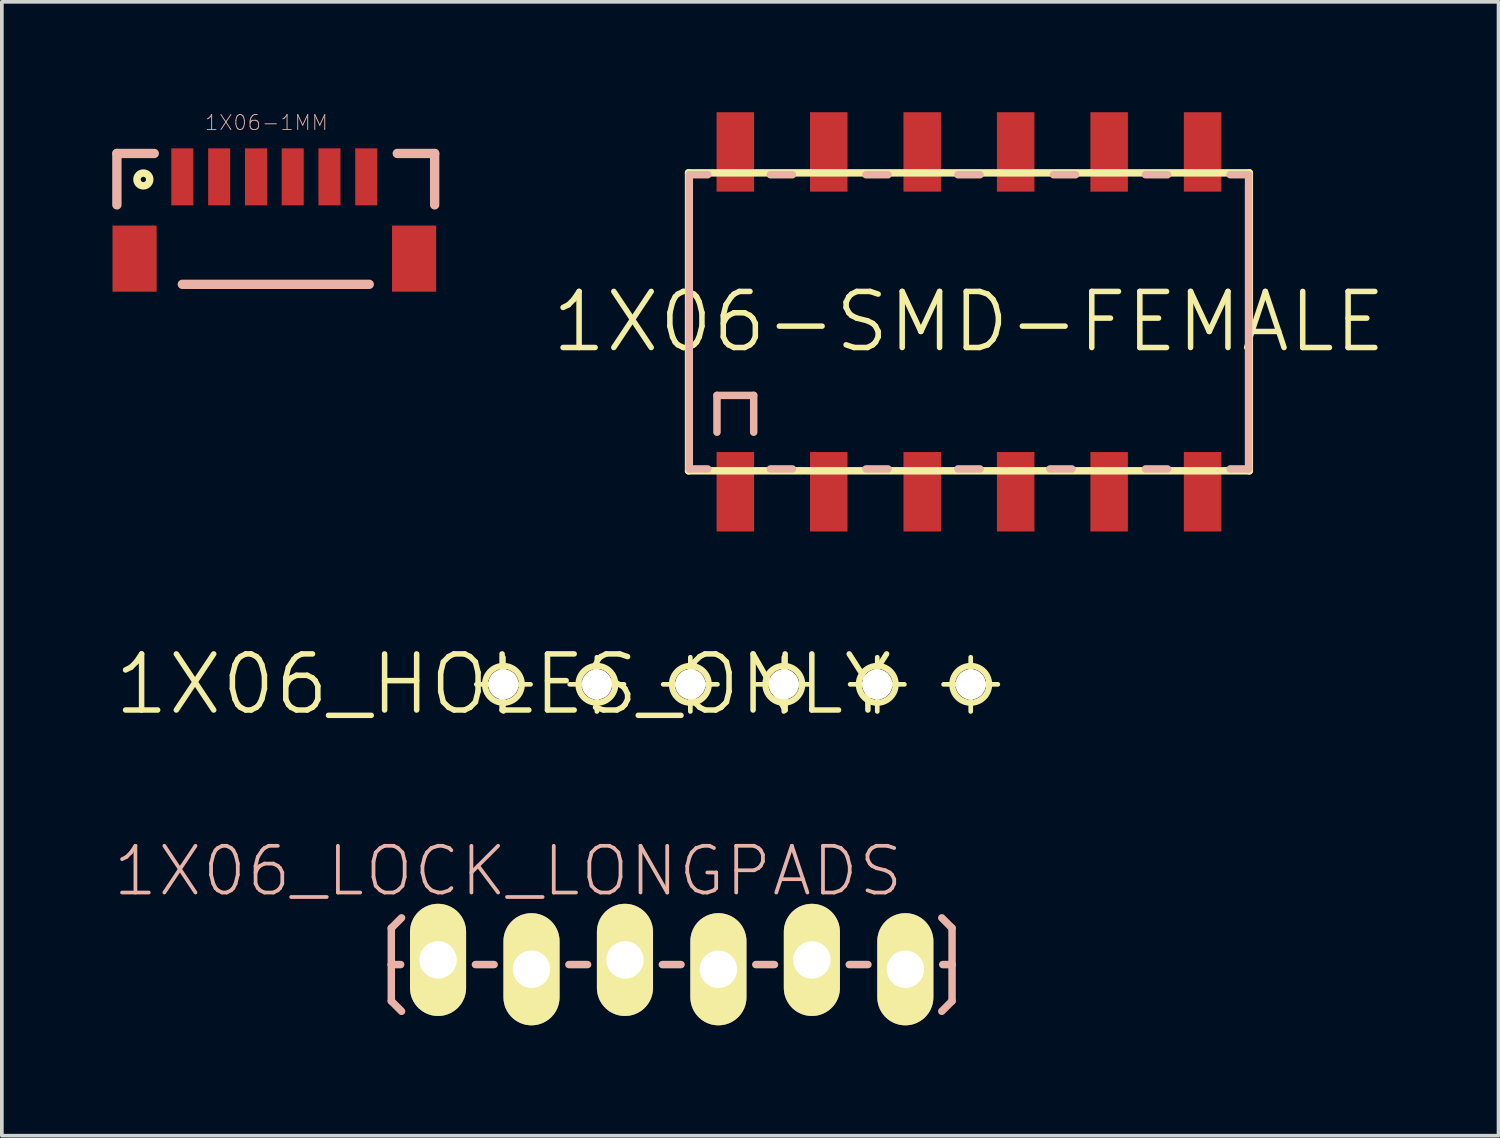
<source format=kicad_pcb>
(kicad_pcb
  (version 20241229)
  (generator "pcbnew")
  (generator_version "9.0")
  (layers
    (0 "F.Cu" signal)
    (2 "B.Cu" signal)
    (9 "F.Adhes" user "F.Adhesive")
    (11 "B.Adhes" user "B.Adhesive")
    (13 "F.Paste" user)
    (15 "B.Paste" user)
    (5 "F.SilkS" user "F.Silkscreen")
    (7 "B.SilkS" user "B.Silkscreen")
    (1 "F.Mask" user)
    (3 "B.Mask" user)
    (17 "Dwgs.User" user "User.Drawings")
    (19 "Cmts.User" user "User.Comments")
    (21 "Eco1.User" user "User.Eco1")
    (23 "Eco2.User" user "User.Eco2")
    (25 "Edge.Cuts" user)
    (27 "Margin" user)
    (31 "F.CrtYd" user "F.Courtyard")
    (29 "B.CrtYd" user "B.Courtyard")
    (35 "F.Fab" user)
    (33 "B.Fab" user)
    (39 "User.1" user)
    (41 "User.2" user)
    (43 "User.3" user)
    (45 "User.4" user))
  (footprint "1X06_HOLES_ONLY"
    (layer "F.Cu")
    (at 10.632 15.549)
    (property "Reference" "1X06_HOLES_ONLY" (at 0 0 0) (layer "F.SilkS") (effects (font (size 1.524 1.524) (thickness 0.15))))
    (attr exclude_from_pos_files exclude_from_bom)
    (fp_line (start -0.737 0) (end 0.737 0) (stroke (width 0.127) (type solid)) (layer "F.SilkS"))
    (fp_line (start 0 0.737) (end 0 -0.737) (stroke (width 0.127) (type solid)) (layer "F.SilkS"))
    (fp_line (start 1.801 0) (end 3.277 0) (stroke (width 0.127) (type solid)) (layer "F.SilkS"))
    (fp_line (start 2.54 0.737) (end 2.54 -0.737) (stroke (width 0.127) (type solid)) (layer "F.SilkS"))
    (fp_line (start 4.343 0) (end 5.817 0) (stroke (width 0.127) (type solid)) (layer "F.SilkS"))
    (fp_line (start 5.08 0.737) (end 5.08 -0.737) (stroke (width 0.127) (type solid)) (layer "F.SilkS"))
    (fp_line (start 6.883 0) (end 8.357 0) (stroke (width 0.127) (type solid)) (layer "F.SilkS"))
    (fp_line (start 7.62 0.737) (end 7.62 -0.737) (stroke (width 0.127) (type solid)) (layer "F.SilkS"))
    (fp_line (start 9.423 0) (end 10.897 0) (stroke (width 0.127) (type solid)) (layer "F.SilkS"))
    (fp_line (start 10.16 0.737) (end 10.16 -0.737) (stroke (width 0.127) (type solid)) (layer "F.SilkS"))
    (fp_line (start 11.963 0) (end 13.437 0) (stroke (width 0.127) (type solid)) (layer "F.SilkS"))
    (fp_line (start 12.7 0.737) (end 12.7 -0.737) (stroke (width 0.127) (type solid)) (layer "F.SilkS"))
    (fp_circle (center 0 0) (end -0.368 0.368) (stroke (width 0.127) (type solid)) (fill no) (layer "F.SilkS"))
    (fp_circle (center 0 0) (end -0.318 0.318) (stroke (width 0.064) (type solid)) (fill no) (layer "F.SilkS"))
    (fp_circle (center 2.54 0) (end 2.857 0.318) (stroke (width 0.064) (type solid)) (fill no) (layer "F.SilkS"))
    (fp_circle (center 2.54 0) (end 2.908 0.368) (stroke (width 0.127) (type solid)) (fill no) (layer "F.SilkS"))
    (fp_circle (center 5.08 0) (end 5.397 0.318) (stroke (width 0.064) (type solid)) (fill no) (layer "F.SilkS"))
    (fp_circle (center 5.08 0) (end 5.448 0.368) (stroke (width 0.127) (type solid)) (fill no) (layer "F.SilkS"))
    (fp_circle (center 7.62 0) (end 7.938 0.318) (stroke (width 0.064) (type solid)) (fill no) (layer "F.SilkS"))
    (fp_circle (center 7.62 0) (end 7.988 0.368) (stroke (width 0.127) (type solid)) (fill no) (layer "F.SilkS"))
    (fp_circle (center 10.16 0) (end 10.477 0.318) (stroke (width 0.064) (type solid)) (fill no) (layer "F.SilkS"))
    (fp_circle (center 10.16 0) (end 10.528 0.368) (stroke (width 0.127) (type solid)) (fill no) (layer "F.SilkS"))
    (fp_circle (center 12.7 0) (end 13.018 0.318) (stroke (width 0.064) (type solid)) (fill no) (layer "F.SilkS"))
    (fp_circle (center 12.7 0) (end 13.068 0.368) (stroke (width 0.127) (type solid)) (fill no) (layer "F.SilkS"))
    (pad "1" thru_hole circle (at 0 0) (size 0.813 0.813) (drill 0.889) (layers "*.Cu" "F.Mask" "F.SilkS" "F.Paste"))
    (pad "2" thru_hole circle (at 2.54 0) (size 0.813 0.813) (drill 0.889) (layers "*.Cu" "F.Mask" "F.SilkS" "F.Paste"))
    (pad "3" thru_hole circle (at 5.08 0) (size 0.813 0.813) (drill 0.889) (layers "*.Cu" "F.Mask" "F.SilkS" "F.Paste"))
    (pad "4" thru_hole circle (at 7.62 0) (size 0.813 0.813) (drill 0.889) (layers "*.Cu" "F.Mask" "F.SilkS" "F.Paste"))
    (pad "5" thru_hole circle (at 10.16 0) (size 0.813 0.813) (drill 0.889) (layers "*.Cu" "F.Mask" "F.SilkS" "F.Paste"))
    (pad "6" thru_hole circle (at 12.7 0) (size 0.813 0.813) (drill 0.889) (layers "*.Cu" "F.Mask" "F.SilkS" "F.Paste")))
  (footprint "1X06_LOCK_LONGPADS"
    (layer "F.Cu")
    (at 8.855 23.038)
    (property "Reference" "1X06_LOCK_LONGPADS" (at 1.905 -2.413 0) (layer "B.SilkS") (effects (font (size 1.27 1.27) (thickness 0.102))))
    (attr exclude_from_pos_files exclude_from_bom)
    (fp_line (start -0.292 -0.165) (end 0.292 -0.165) (stroke (width 0.066) (type solid)) (layer "F.SilkS"))
    (fp_line (start -0.292 0.419) (end -0.292 -0.165) (stroke (width 0.066) (type solid)) (layer "F.SilkS"))
    (fp_line (start -0.292 0.419) (end 0.292 0.419) (stroke (width 0.066) (type solid)) (layer "F.SilkS"))
    (fp_line (start 0.292 0.419) (end 0.292 -0.165) (stroke (width 0.066) (type solid)) (layer "F.SilkS"))
    (fp_line (start 2.248 -0.165) (end 2.832 -0.165) (stroke (width 0.066) (type solid)) (layer "F.SilkS"))
    (fp_line (start 2.248 0.419) (end 2.248 -0.165) (stroke (width 0.066) (type solid)) (layer "F.SilkS"))
    (fp_line (start 2.248 0.419) (end 2.832 0.419) (stroke (width 0.066) (type solid)) (layer "F.SilkS"))
    (fp_line (start 2.832 0.419) (end 2.832 -0.165) (stroke (width 0.066) (type solid)) (layer "F.SilkS"))
    (fp_line (start 4.788 -0.165) (end 5.372 -0.165) (stroke (width 0.066) (type solid)) (layer "F.SilkS"))
    (fp_line (start 4.788 0.419) (end 4.788 -0.165) (stroke (width 0.066) (type solid)) (layer "F.SilkS"))
    (fp_line (start 4.788 0.419) (end 5.372 0.419) (stroke (width 0.066) (type solid)) (layer "F.SilkS"))
    (fp_line (start 5.372 0.419) (end 5.372 -0.165) (stroke (width 0.066) (type solid)) (layer "F.SilkS"))
    (fp_line (start 7.328 -0.165) (end 7.912 -0.165) (stroke (width 0.066) (type solid)) (layer "F.SilkS"))
    (fp_line (start 7.328 0.419) (end 7.328 -0.165) (stroke (width 0.066) (type solid)) (layer "F.SilkS"))
    (fp_line (start 7.328 0.419) (end 7.912 0.419) (stroke (width 0.066) (type solid)) (layer "F.SilkS"))
    (fp_line (start 7.912 0.419) (end 7.912 -0.165) (stroke (width 0.066) (type solid)) (layer "F.SilkS"))
    (fp_line (start 9.868 -0.165) (end 10.452 -0.165) (stroke (width 0.066) (type solid)) (layer "F.SilkS"))
    (fp_line (start 9.868 0.419) (end 9.868 -0.165) (stroke (width 0.066) (type solid)) (layer "F.SilkS"))
    (fp_line (start 9.868 0.419) (end 10.452 0.419) (stroke (width 0.066) (type solid)) (layer "F.SilkS"))
    (fp_line (start 10.452 0.419) (end 10.452 -0.165) (stroke (width 0.066) (type solid)) (layer "F.SilkS"))
    (fp_line (start 12.408 -0.165) (end 12.992 -0.165) (stroke (width 0.066) (type solid)) (layer "F.SilkS"))
    (fp_line (start 12.408 0.419) (end 12.408 -0.165) (stroke (width 0.066) (type solid)) (layer "F.SilkS"))
    (fp_line (start 12.408 0.419) (end 12.992 0.419) (stroke (width 0.066) (type solid)) (layer "F.SilkS"))
    (fp_line (start 12.992 0.419) (end 12.992 -0.165) (stroke (width 0.066) (type solid)) (layer "F.SilkS"))
    (fp_line (start -1.27 -0.864) (end -0.991 -1.143) (stroke (width 0.203) (type solid)) (layer "B.SilkS"))
    (fp_line (start -1.27 0.127) (end -1.27 -0.864) (stroke (width 0.203) (type solid)) (layer "B.SilkS"))
    (fp_line (start -1.27 0.127) (end -1.27 1.118) (stroke (width 0.203) (type solid)) (layer "B.SilkS"))
    (fp_line (start -1.27 0.127) (end -1.016 0.127) (stroke (width 0.203) (type solid)) (layer "B.SilkS"))
    (fp_line (start -1.27 1.118) (end -0.991 1.397) (stroke (width 0.203) (type solid)) (layer "B.SilkS"))
    (fp_line (start 1.524 0.127) (end 1.016 0.127) (stroke (width 0.203) (type solid)) (layer "B.SilkS"))
    (fp_line (start 4.064 0.127) (end 3.556 0.127) (stroke (width 0.203) (type solid)) (layer "B.SilkS"))
    (fp_line (start 6.604 0.127) (end 6.096 0.127) (stroke (width 0.203) (type solid)) (layer "B.SilkS"))
    (fp_line (start 9.144 0.127) (end 8.636 0.127) (stroke (width 0.203) (type solid)) (layer "B.SilkS"))
    (fp_line (start 11.684 0.127) (end 11.176 0.127) (stroke (width 0.203) (type solid)) (layer "B.SilkS"))
    (fp_line (start 13.97 -0.864) (end 13.691 -1.143) (stroke (width 0.203) (type solid)) (layer "B.SilkS"))
    (fp_line (start 13.97 0.127) (end 13.716 0.127) (stroke (width 0.203) (type solid)) (layer "B.SilkS"))
    (fp_line (start 13.97 0.127) (end 13.97 -0.864) (stroke (width 0.203) (type solid)) (layer "B.SilkS"))
    (fp_line (start 13.97 0.127) (end 13.97 1.118) (stroke (width 0.203) (type solid)) (layer "B.SilkS"))
    (fp_line (start 13.97 1.118) (end 13.691 1.397) (stroke (width 0.203) (type solid)) (layer "B.SilkS"))
    (pad "1" thru_hole oval (at 0 0 180) (size 1.524 3.048) (drill 1.016) (layers "*.Cu" "F.Mask" "F.SilkS" "F.Paste"))
    (pad "2" thru_hole oval (at 2.54 0.254 180) (size 1.524 3.048) (drill 1.016) (layers "*.Cu" "F.Mask" "F.SilkS" "F.Paste"))
    (pad "3" thru_hole oval (at 5.08 0 180) (size 1.524 3.048) (drill 1.016) (layers "*.Cu" "F.Mask" "F.SilkS" "F.Paste"))
    (pad "4" thru_hole oval (at 7.62 0.254 180) (size 1.524 3.048) (drill 1.016) (layers "*.Cu" "F.Mask" "F.SilkS" "F.Paste"))
    (pad "5" thru_hole oval (at 10.16 0 180) (size 1.524 3.048) (drill 1.016) (layers "*.Cu" "F.Mask" "F.SilkS" "F.Paste"))
    (pad "6" thru_hole oval (at 12.7 0.254 180) (size 1.524 3.048) (drill 1.016) (layers "*.Cu" "F.Mask" "F.SilkS" "F.Paste")))
  (footprint "1X06-SMD-FEMALE"
    (layer "F.Cu")
    (at 23.284 5.697)
    (property "Reference" "1X06-SMD-FEMALE" (at 0 0 0) (layer "F.SilkS") (effects (font (size 1.524 1.524) (thickness 0.15))))
    (attr smd)
    (fp_line (start -7.62 -4.049) (end 7.62 -4.049) (stroke (width 0.203) (type solid)) (layer "F.SilkS"))
    (fp_line (start -7.62 4.049) (end -7.62 -4.049) (stroke (width 0.203) (type solid)) (layer "F.SilkS"))
    (fp_line (start 7.62 -4.049) (end 7.62 4.049) (stroke (width 0.203) (type solid)) (layer "F.SilkS"))
    (fp_line (start 7.62 4.049) (end -7.62 4.049) (stroke (width 0.203) (type solid)) (layer "F.SilkS"))
    (fp_line (start -7.6 -3.998) (end -7.6 3.998) (stroke (width 0.203) (type solid)) (layer "B.SilkS"))
    (fp_line (start -7.6 3.998) (end -7.099 3.998) (stroke (width 0.203) (type solid)) (layer "B.SilkS"))
    (fp_line (start -7.099 -3.998) (end -7.6 -3.998) (stroke (width 0.203) (type solid)) (layer "B.SilkS"))
    (fp_line (start -6.848 1.999) (end -5.85 1.999) (stroke (width 0.203) (type solid)) (layer "B.SilkS"))
    (fp_line (start -6.848 3) (end -6.848 1.999) (stroke (width 0.203) (type solid)) (layer "B.SilkS"))
    (fp_line (start -5.85 1.999) (end -5.85 3) (stroke (width 0.203) (type solid)) (layer "B.SilkS"))
    (fp_line (start -5.397 -3.998) (end -4.798 -3.998) (stroke (width 0.203) (type solid)) (layer "B.SilkS"))
    (fp_line (start -5.397 3.998) (end -4.798 3.998) (stroke (width 0.203) (type solid)) (layer "B.SilkS"))
    (fp_line (start -2.799 -3.998) (end -2.2 -3.998) (stroke (width 0.203) (type solid)) (layer "B.SilkS"))
    (fp_line (start -2.799 3.998) (end -2.2 3.998) (stroke (width 0.203) (type solid)) (layer "B.SilkS"))
    (fp_line (start -0.3 -3.998) (end 0.3 -3.998) (stroke (width 0.203) (type solid)) (layer "B.SilkS"))
    (fp_line (start -0.3 3.998) (end 0.3 3.998) (stroke (width 0.203) (type solid)) (layer "B.SilkS"))
    (fp_line (start 2.2 3.998) (end 2.799 3.998) (stroke (width 0.203) (type solid)) (layer "B.SilkS"))
    (fp_line (start 2.299 -3.998) (end 2.898 -3.998) (stroke (width 0.203) (type solid)) (layer "B.SilkS"))
    (fp_line (start 4.798 -3.998) (end 5.397 -3.998) (stroke (width 0.203) (type solid)) (layer "B.SilkS"))
    (fp_line (start 4.798 3.998) (end 5.397 3.998) (stroke (width 0.203) (type solid)) (layer "B.SilkS"))
    (fp_line (start 7.099 -3.998) (end 7.6 -3.998) (stroke (width 0.203) (type solid)) (layer "B.SilkS"))
    (fp_line (start 7.6 -3.998) (end 7.6 3.998) (stroke (width 0.203) (type solid)) (layer "B.SilkS"))
    (fp_line (start 7.6 3.998) (end 7.099 3.998) (stroke (width 0.203) (type solid)) (layer "B.SilkS"))
    (pad "1" smd rect (at -6.35 4.618) (size 1.019 2.159) (layers "F.Cu" "F.Mask" "F.Paste"))
    (pad "2" smd rect (at -3.81 4.618) (size 1.019 2.159) (layers "F.Cu" "F.Mask" "F.Paste"))
    (pad "3" smd rect (at -1.27 4.618) (size 1.019 2.159) (layers "F.Cu" "F.Mask" "F.Paste"))
    (pad "4" smd rect (at 1.27 4.618) (size 1.019 2.159) (layers "F.Cu" "F.Mask" "F.Paste"))
    (pad "5" smd rect (at 3.81 4.618) (size 1.019 2.159) (layers "F.Cu" "F.Mask" "F.Paste"))
    (pad "6" smd rect (at 6.35 4.618) (size 1.019 2.159) (layers "F.Cu" "F.Mask" "F.Paste"))
    (pad "A1" smd rect (at -6.35 -4.618) (size 1.019 2.159) (layers "F.Cu" "F.Mask" "F.Paste"))
    (pad "A2" smd rect (at -3.81 -4.618) (size 1.019 2.159) (layers "F.Cu" "F.Mask" "F.Paste"))
    (pad "A3" smd rect (at -1.27 -4.618) (size 1.019 2.159) (layers "F.Cu" "F.Mask" "F.Paste"))
    (pad "A4" smd rect (at 1.27 -4.618) (size 1.019 2.159) (layers "F.Cu" "F.Mask" "F.Paste"))
    (pad "A5" smd rect (at 3.81 -4.618) (size 1.019 2.159) (layers "F.Cu" "F.Mask" "F.Paste"))
    (pad "A6" smd rect (at 6.35 -4.618) (size 1.019 2.159) (layers "F.Cu" "F.Mask" "F.Paste")))
  (footprint "1X06-1MM"
    (layer "F.Cu")
    (at 4.445 3.026)
    (property "Reference" "1X06-1MM" (at -0.254 -2.743 0) (layer "B.SilkS") (effects (font (size 0.406 0.406) (thickness 0.025))))
    (attr smd)
    (fp_circle (center -3.599 -1.199) (end -3.65 -1.25) (stroke (width 0.203) (type solid)) (fill no) (layer "F.SilkS"))
    (fp_line (start -4.318 -1.905) (end -3.302 -1.905) (stroke (width 0.254) (type solid)) (layer "B.SilkS"))
    (fp_line (start -4.318 -0.508) (end -4.318 -1.905) (stroke (width 0.254) (type solid)) (layer "B.SilkS"))
    (fp_line (start -2.54 1.651) (end 2.54 1.651) (stroke (width 0.254) (type solid)) (layer "B.SilkS"))
    (fp_line (start 3.302 -1.905) (end 4.318 -1.905) (stroke (width 0.254) (type solid)) (layer "B.SilkS"))
    (fp_line (start 4.318 -1.905) (end 4.318 -0.508) (stroke (width 0.254) (type solid)) (layer "B.SilkS"))
    (pad "1" smd rect (at -2.54 -1.27) (size 0.599 1.549) (layers "F.Cu" "F.Mask" "F.Paste"))
    (pad "2" smd rect (at -1.539 -1.27) (size 0.599 1.549) (layers "F.Cu" "F.Mask" "F.Paste"))
    (pad "3" smd rect (at -0.538 -1.27) (size 0.599 1.549) (layers "F.Cu" "F.Mask" "F.Paste"))
    (pad "4" smd rect (at 0.46 -1.27) (size 0.599 1.549) (layers "F.Cu" "F.Mask" "F.Paste"))
    (pad "5" smd rect (at 1.458 -1.27) (size 0.599 1.549) (layers "F.Cu" "F.Mask" "F.Paste"))
    (pad "6" smd rect (at 2.459 -1.27) (size 0.599 1.549) (layers "F.Cu" "F.Mask" "F.Paste"))
    (pad "P$1" smd rect (at -3.838 0.953) (size 1.199 1.798) (layers "F.Cu" "F.Mask" "F.Paste"))
    (pad "P$2" smd rect (at 3.759 0.953) (size 1.199 1.798) (layers "F.Cu" "F.Mask" "F.Paste")))
  (gr_rect
    (start -3 -3)
    (end 37.677 27.816)
    (stroke (width 0.1) (type default))
    (fill no)
    (layer "Edge.Cuts")))
</source>
